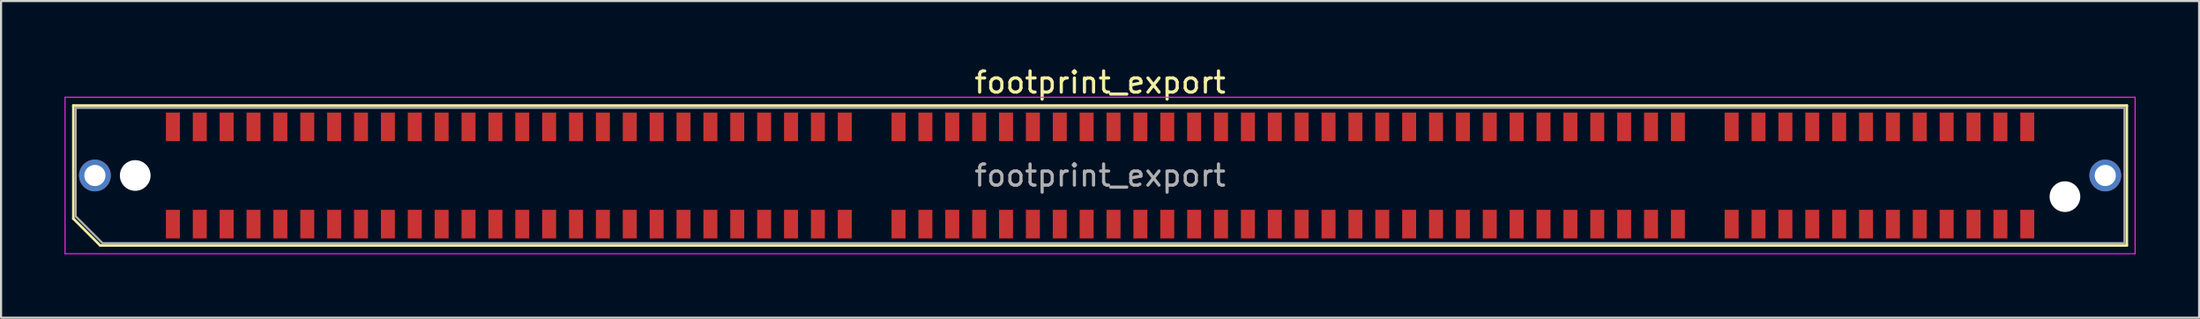
<source format=kicad_pcb>
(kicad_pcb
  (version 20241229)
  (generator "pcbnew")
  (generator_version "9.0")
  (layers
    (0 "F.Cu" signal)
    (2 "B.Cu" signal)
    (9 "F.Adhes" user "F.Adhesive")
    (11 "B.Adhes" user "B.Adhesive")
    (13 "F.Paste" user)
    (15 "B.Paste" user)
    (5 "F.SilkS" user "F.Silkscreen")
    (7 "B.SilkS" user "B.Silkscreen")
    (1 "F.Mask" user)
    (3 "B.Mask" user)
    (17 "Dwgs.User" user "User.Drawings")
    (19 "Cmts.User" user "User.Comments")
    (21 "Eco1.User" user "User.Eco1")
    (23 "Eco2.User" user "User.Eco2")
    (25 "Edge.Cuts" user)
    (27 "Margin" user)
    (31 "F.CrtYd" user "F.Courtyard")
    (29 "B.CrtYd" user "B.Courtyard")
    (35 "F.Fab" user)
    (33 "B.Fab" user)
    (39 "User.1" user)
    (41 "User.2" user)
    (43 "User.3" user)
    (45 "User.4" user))
  (footprint "footprint_export"
    (layer "F.Cu")
    (at 48.935 5.248)
    (property "Reference" "footprint_export" (at 0 -4.4 0) (layer "F.SilkS") (effects (font (size 1 1) (thickness 0.15))))
    (attr smd)
    (fp_line (start -48.52 -3.31) (end 48.52 -3.31) (stroke (width 0.12) (type solid)) (layer "F.SilkS"))
    (fp_line (start -48.52 2.04) (end -48.52 -3.31) (stroke (width 0.12) (type solid)) (layer "F.SilkS"))
    (fp_line (start -47.25 3.31) (end -48.52 2.04) (stroke (width 0.12) (type solid)) (layer "F.SilkS"))
    (fp_line (start -47.25 3.31) (end 48.52 3.31) (stroke (width 0.12) (type solid)) (layer "F.SilkS"))
    (fp_line (start 48.52 3.31) (end 48.52 -3.31) (stroke (width 0.12) (type solid)) (layer "F.SilkS"))
    (fp_line (start -48.91 -3.7) (end -48.91 3.7) (stroke (width 0.05) (type solid)) (layer "F.CrtYd"))
    (fp_line (start -48.91 3.7) (end 48.91 3.7) (stroke (width 0.05) (type solid)) (layer "F.CrtYd"))
    (fp_line (start 48.91 -3.7) (end -48.91 -3.7) (stroke (width 0.05) (type solid)) (layer "F.CrtYd"))
    (fp_line (start 48.91 3.7) (end 48.91 -3.7) (stroke (width 0.05) (type solid)) (layer "F.CrtYd"))
    (fp_line (start -48.41 -3.2) (end 48.41 -3.2) (stroke (width 0.1) (type solid)) (layer "F.Fab"))
    (fp_line (start -48.41 1.93) (end -48.41 -3.2) (stroke (width 0.1) (type solid)) (layer "F.Fab"))
    (fp_line (start -48.41 1.93) (end -47.14 3.2) (stroke (width 0.1) (type solid)) (layer "F.Fab"))
    (fp_line (start -47.14 3.2) (end 48.41 3.2) (stroke (width 0.1) (type solid)) (layer "F.Fab"))
    (fp_line (start 48.41 3.2) (end 48.41 -3.2) (stroke (width 0.1) (type solid)) (layer "F.Fab"))
    (fp_text user "${REFERENCE}" (at 0 0 0) (layer "F.Fab") (effects (font (size 1 1) (thickness 0.15))))
    (pad "" thru_hole circle (at -47.5 0) (size 1.5 1.5) (drill 1) (layers "*.Cu" "*.Mask"))
    (pad "" np_thru_hole circle (at -45.595 0) (size 1.45 1.45) (drill 1.45) (layers "*.Cu" "*.Mask"))
    (pad "" np_thru_hole circle (at 45.595 1) (size 1.45 1.45) (drill 1.45) (layers "*.Cu" "*.Mask"))
    (pad "" thru_hole circle (at 47.5 0) (size 1.5 1.5) (drill 1) (layers "*.Cu" "*.Mask"))
    (pad "1" smd rect (at -43.815 2.3) (size 0.66 1.35) (layers "F.Cu" "F.Mask" "F.Paste"))
    (pad "2" smd rect (at -43.815 -2.3) (size 0.66 1.35) (layers "F.Cu" "F.Mask" "F.Paste"))
    (pad "3" smd rect (at -42.545 2.3) (size 0.66 1.35) (layers "F.Cu" "F.Mask" "F.Paste"))
    (pad "4" smd rect (at -42.545 -2.3) (size 0.66 1.35) (layers "F.Cu" "F.Mask" "F.Paste"))
    (pad "5" smd rect (at -41.275 2.3) (size 0.66 1.35) (layers "F.Cu" "F.Mask" "F.Paste"))
    (pad "6" smd rect (at -41.275 -2.3) (size 0.66 1.35) (layers "F.Cu" "F.Mask" "F.Paste"))
    (pad "7" smd rect (at -40.005 2.3) (size 0.66 1.35) (layers "F.Cu" "F.Mask" "F.Paste"))
    (pad "8" smd rect (at -40.005 -2.3) (size 0.66 1.35) (layers "F.Cu" "F.Mask" "F.Paste"))
    (pad "9" smd rect (at -38.735 2.3) (size 0.66 1.35) (layers "F.Cu" "F.Mask" "F.Paste"))
    (pad "10" smd rect (at -38.735 -2.3) (size 0.66 1.35) (layers "F.Cu" "F.Mask" "F.Paste"))
    (pad "11" smd rect (at -37.465 2.3) (size 0.66 1.35) (layers "F.Cu" "F.Mask" "F.Paste"))
    (pad "12" smd rect (at -37.465 -2.3) (size 0.66 1.35) (layers "F.Cu" "F.Mask" "F.Paste"))
    (pad "13" smd rect (at -36.195 2.3) (size 0.66 1.35) (layers "F.Cu" "F.Mask" "F.Paste"))
    (pad "14" smd rect (at -36.195 -2.3) (size 0.66 1.35) (layers "F.Cu" "F.Mask" "F.Paste"))
    (pad "15" smd rect (at -34.925 2.3) (size 0.66 1.35) (layers "F.Cu" "F.Mask" "F.Paste"))
    (pad "16" smd rect (at -34.925 -2.3) (size 0.66 1.35) (layers "F.Cu" "F.Mask" "F.Paste"))
    (pad "17" smd rect (at -33.655 2.3) (size 0.66 1.35) (layers "F.Cu" "F.Mask" "F.Paste"))
    (pad "18" smd rect (at -33.655 -2.3) (size 0.66 1.35) (layers "F.Cu" "F.Mask" "F.Paste"))
    (pad "19" smd rect (at -32.385 2.3) (size 0.66 1.35) (layers "F.Cu" "F.Mask" "F.Paste"))
    (pad "20" smd rect (at -32.385 -2.3) (size 0.66 1.35) (layers "F.Cu" "F.Mask" "F.Paste"))
    (pad "21" smd rect (at -31.115 2.3) (size 0.66 1.35) (layers "F.Cu" "F.Mask" "F.Paste"))
    (pad "22" smd rect (at -31.115 -2.3) (size 0.66 1.35) (layers "F.Cu" "F.Mask" "F.Paste"))
    (pad "23" smd rect (at -29.845 2.3) (size 0.66 1.35) (layers "F.Cu" "F.Mask" "F.Paste"))
    (pad "24" smd rect (at -29.845 -2.3) (size 0.66 1.35) (layers "F.Cu" "F.Mask" "F.Paste"))
    (pad "25" smd rect (at -28.575 2.3) (size 0.66 1.35) (layers "F.Cu" "F.Mask" "F.Paste"))
    (pad "26" smd rect (at -28.575 -2.3) (size 0.66 1.35) (layers "F.Cu" "F.Mask" "F.Paste"))
    (pad "27" smd rect (at -27.305 2.3) (size 0.66 1.35) (layers "F.Cu" "F.Mask" "F.Paste"))
    (pad "28" smd rect (at -27.305 -2.3) (size 0.66 1.35) (layers "F.Cu" "F.Mask" "F.Paste"))
    (pad "29" smd rect (at -26.035 2.3) (size 0.66 1.35) (layers "F.Cu" "F.Mask" "F.Paste"))
    (pad "30" smd rect (at -26.035 -2.3) (size 0.66 1.35) (layers "F.Cu" "F.Mask" "F.Paste"))
    (pad "31" smd rect (at -24.765 2.3) (size 0.66 1.35) (layers "F.Cu" "F.Mask" "F.Paste"))
    (pad "32" smd rect (at -24.765 -2.3) (size 0.66 1.35) (layers "F.Cu" "F.Mask" "F.Paste"))
    (pad "33" smd rect (at -23.495 2.3) (size 0.66 1.35) (layers "F.Cu" "F.Mask" "F.Paste"))
    (pad "34" smd rect (at -23.495 -2.3) (size 0.66 1.35) (layers "F.Cu" "F.Mask" "F.Paste"))
    (pad "35" smd rect (at -22.225 2.3) (size 0.66 1.35) (layers "F.Cu" "F.Mask" "F.Paste"))
    (pad "36" smd rect (at -22.225 -2.3) (size 0.66 1.35) (layers "F.Cu" "F.Mask" "F.Paste"))
    (pad "37" smd rect (at -20.955 2.3) (size 0.66 1.35) (layers "F.Cu" "F.Mask" "F.Paste"))
    (pad "38" smd rect (at -20.955 -2.3) (size 0.66 1.35) (layers "F.Cu" "F.Mask" "F.Paste"))
    (pad "39" smd rect (at -19.685 2.3) (size 0.66 1.35) (layers "F.Cu" "F.Mask" "F.Paste"))
    (pad "40" smd rect (at -19.685 -2.3) (size 0.66 1.35) (layers "F.Cu" "F.Mask" "F.Paste"))
    (pad "41" smd rect (at -18.415 2.3) (size 0.66 1.35) (layers "F.Cu" "F.Mask" "F.Paste"))
    (pad "42" smd rect (at -18.415 -2.3) (size 0.66 1.35) (layers "F.Cu" "F.Mask" "F.Paste"))
    (pad "43" smd rect (at -17.145 2.3) (size 0.66 1.35) (layers "F.Cu" "F.Mask" "F.Paste"))
    (pad "44" smd rect (at -17.145 -2.3) (size 0.66 1.35) (layers "F.Cu" "F.Mask" "F.Paste"))
    (pad "45" smd rect (at -15.875 2.3) (size 0.66 1.35) (layers "F.Cu" "F.Mask" "F.Paste"))
    (pad "46" smd rect (at -15.875 -2.3) (size 0.66 1.35) (layers "F.Cu" "F.Mask" "F.Paste"))
    (pad "47" smd rect (at -14.605 2.3) (size 0.66 1.35) (layers "F.Cu" "F.Mask" "F.Paste"))
    (pad "48" smd rect (at -14.605 -2.3) (size 0.66 1.35) (layers "F.Cu" "F.Mask" "F.Paste"))
    (pad "49" smd rect (at -13.335 2.3) (size 0.66 1.35) (layers "F.Cu" "F.Mask" "F.Paste"))
    (pad "50" smd rect (at -13.335 -2.3) (size 0.66 1.35) (layers "F.Cu" "F.Mask" "F.Paste"))
    (pad "51" smd rect (at -12.065 2.3) (size 0.66 1.35) (layers "F.Cu" "F.Mask" "F.Paste"))
    (pad "52" smd rect (at -12.065 -2.3) (size 0.66 1.35) (layers "F.Cu" "F.Mask" "F.Paste"))
    (pad "55" smd rect (at -9.525 2.3) (size 0.66 1.35) (layers "F.Cu" "F.Mask" "F.Paste"))
    (pad "56" smd rect (at -9.525 -2.3) (size 0.66 1.35) (layers "F.Cu" "F.Mask" "F.Paste"))
    (pad "57" smd rect (at -8.255 2.3) (size 0.66 1.35) (layers "F.Cu" "F.Mask" "F.Paste"))
    (pad "58" smd rect (at -8.255 -2.3) (size 0.66 1.35) (layers "F.Cu" "F.Mask" "F.Paste"))
    (pad "59" smd rect (at -6.985 2.3) (size 0.66 1.35) (layers "F.Cu" "F.Mask" "F.Paste"))
    (pad "60" smd rect (at -6.985 -2.3) (size 0.66 1.35) (layers "F.Cu" "F.Mask" "F.Paste"))
    (pad "61" smd rect (at -5.715 2.3) (size 0.66 1.35) (layers "F.Cu" "F.Mask" "F.Paste"))
    (pad "62" smd rect (at -5.715 -2.3) (size 0.66 1.35) (layers "F.Cu" "F.Mask" "F.Paste"))
    (pad "63" smd rect (at -4.445 2.3) (size 0.66 1.35) (layers "F.Cu" "F.Mask" "F.Paste"))
    (pad "64" smd rect (at -4.445 -2.3) (size 0.66 1.35) (layers "F.Cu" "F.Mask" "F.Paste"))
    (pad "65" smd rect (at -3.175 2.3) (size 0.66 1.35) (layers "F.Cu" "F.Mask" "F.Paste"))
    (pad "66" smd rect (at -3.175 -2.3) (size 0.66 1.35) (layers "F.Cu" "F.Mask" "F.Paste"))
    (pad "67" smd rect (at -1.905 2.3) (size 0.66 1.35) (layers "F.Cu" "F.Mask" "F.Paste"))
    (pad "68" smd rect (at -1.905 -2.3) (size 0.66 1.35) (layers "F.Cu" "F.Mask" "F.Paste"))
    (pad "69" smd rect (at -0.635 2.3) (size 0.66 1.35) (layers "F.Cu" "F.Mask" "F.Paste"))
    (pad "70" smd rect (at -0.635 -2.3) (size 0.66 1.35) (layers "F.Cu" "F.Mask" "F.Paste"))
    (pad "71" smd rect (at 0.635 2.3) (size 0.66 1.35) (layers "F.Cu" "F.Mask" "F.Paste"))
    (pad "72" smd rect (at 0.635 -2.3) (size 0.66 1.35) (layers "F.Cu" "F.Mask" "F.Paste"))
    (pad "73" smd rect (at 1.905 2.3) (size 0.66 1.35) (layers "F.Cu" "F.Mask" "F.Paste"))
    (pad "74" smd rect (at 1.905 -2.3) (size 0.66 1.35) (layers "F.Cu" "F.Mask" "F.Paste"))
    (pad "75" smd rect (at 3.175 2.3) (size 0.66 1.35) (layers "F.Cu" "F.Mask" "F.Paste"))
    (pad "76" smd rect (at 3.175 -2.3) (size 0.66 1.35) (layers "F.Cu" "F.Mask" "F.Paste"))
    (pad "77" smd rect (at 4.445 2.3) (size 0.66 1.35) (layers "F.Cu" "F.Mask" "F.Paste"))
    (pad "78" smd rect (at 4.445 -2.3) (size 0.66 1.35) (layers "F.Cu" "F.Mask" "F.Paste"))
    (pad "79" smd rect (at 5.715 2.3) (size 0.66 1.35) (layers "F.Cu" "F.Mask" "F.Paste"))
    (pad "80" smd rect (at 5.715 -2.3) (size 0.66 1.35) (layers "F.Cu" "F.Mask" "F.Paste"))
    (pad "81" smd rect (at 6.985 2.3) (size 0.66 1.35) (layers "F.Cu" "F.Mask" "F.Paste"))
    (pad "82" smd rect (at 6.985 -2.3) (size 0.66 1.35) (layers "F.Cu" "F.Mask" "F.Paste"))
    (pad "83" smd rect (at 8.255 2.3) (size 0.66 1.35) (layers "F.Cu" "F.Mask" "F.Paste"))
    (pad "84" smd rect (at 8.255 -2.3) (size 0.66 1.35) (layers "F.Cu" "F.Mask" "F.Paste"))
    (pad "85" smd rect (at 9.525 2.3) (size 0.66 1.35) (layers "F.Cu" "F.Mask" "F.Paste"))
    (pad "86" smd rect (at 9.525 -2.3) (size 0.66 1.35) (layers "F.Cu" "F.Mask" "F.Paste"))
    (pad "87" smd rect (at 10.795 2.3) (size 0.66 1.35) (layers "F.Cu" "F.Mask" "F.Paste"))
    (pad "88" smd rect (at 10.795 -2.3) (size 0.66 1.35) (layers "F.Cu" "F.Mask" "F.Paste"))
    (pad "89" smd rect (at 12.065 2.3) (size 0.66 1.35) (layers "F.Cu" "F.Mask" "F.Paste"))
    (pad "90" smd rect (at 12.065 -2.3) (size 0.66 1.35) (layers "F.Cu" "F.Mask" "F.Paste"))
    (pad "91" smd rect (at 13.335 2.3) (size 0.66 1.35) (layers "F.Cu" "F.Mask" "F.Paste"))
    (pad "92" smd rect (at 13.335 -2.3) (size 0.66 1.35) (layers "F.Cu" "F.Mask" "F.Paste"))
    (pad "93" smd rect (at 14.605 2.3) (size 0.66 1.35) (layers "F.Cu" "F.Mask" "F.Paste"))
    (pad "94" smd rect (at 14.605 -2.3) (size 0.66 1.35) (layers "F.Cu" "F.Mask" "F.Paste"))
    (pad "95" smd rect (at 15.875 2.3) (size 0.66 1.35) (layers "F.Cu" "F.Mask" "F.Paste"))
    (pad "96" smd rect (at 15.875 -2.3) (size 0.66 1.35) (layers "F.Cu" "F.Mask" "F.Paste"))
    (pad "97" smd rect (at 17.145 2.3) (size 0.66 1.35) (layers "F.Cu" "F.Mask" "F.Paste"))
    (pad "98" smd rect (at 17.145 -2.3) (size 0.66 1.35) (layers "F.Cu" "F.Mask" "F.Paste"))
    (pad "99" smd rect (at 18.415 2.3) (size 0.66 1.35) (layers "F.Cu" "F.Mask" "F.Paste"))
    (pad "100" smd rect (at 18.415 -2.3) (size 0.66 1.35) (layers "F.Cu" "F.Mask" "F.Paste"))
    (pad "101" smd rect (at 19.685 2.3) (size 0.66 1.35) (layers "F.Cu" "F.Mask" "F.Paste"))
    (pad "102" smd rect (at 19.685 -2.3) (size 0.66 1.35) (layers "F.Cu" "F.Mask" "F.Paste"))
    (pad "103" smd rect (at 20.955 2.3) (size 0.66 1.35) (layers "F.Cu" "F.Mask" "F.Paste"))
    (pad "104" smd rect (at 20.955 -2.3) (size 0.66 1.35) (layers "F.Cu" "F.Mask" "F.Paste"))
    (pad "105" smd rect (at 22.225 2.3) (size 0.66 1.35) (layers "F.Cu" "F.Mask" "F.Paste"))
    (pad "106" smd rect (at 22.225 -2.3) (size 0.66 1.35) (layers "F.Cu" "F.Mask" "F.Paste"))
    (pad "107" smd rect (at 23.495 2.3) (size 0.66 1.35) (layers "F.Cu" "F.Mask" "F.Paste"))
    (pad "108" smd rect (at 23.495 -2.3) (size 0.66 1.35) (layers "F.Cu" "F.Mask" "F.Paste"))
    (pad "109" smd rect (at 24.765 2.3) (size 0.66 1.35) (layers "F.Cu" "F.Mask" "F.Paste"))
    (pad "110" smd rect (at 24.765 -2.3) (size 0.66 1.35) (layers "F.Cu" "F.Mask" "F.Paste"))
    (pad "111" smd rect (at 26.035 2.3) (size 0.66 1.35) (layers "F.Cu" "F.Mask" "F.Paste"))
    (pad "112" smd rect (at 26.035 -2.3) (size 0.66 1.35) (layers "F.Cu" "F.Mask" "F.Paste"))
    (pad "113" smd rect (at 27.305 2.3) (size 0.66 1.35) (layers "F.Cu" "F.Mask" "F.Paste"))
    (pad "114" smd rect (at 27.305 -2.3) (size 0.66 1.35) (layers "F.Cu" "F.Mask" "F.Paste"))
    (pad "117" smd rect (at 29.845 2.3) (size 0.66 1.35) (layers "F.Cu" "F.Mask" "F.Paste"))
    (pad "118" smd rect (at 29.845 -2.3) (size 0.66 1.35) (layers "F.Cu" "F.Mask" "F.Paste"))
    (pad "119" smd rect (at 31.115 2.3) (size 0.66 1.35) (layers "F.Cu" "F.Mask" "F.Paste"))
    (pad "120" smd rect (at 31.115 -2.3) (size 0.66 1.35) (layers "F.Cu" "F.Mask" "F.Paste"))
    (pad "121" smd rect (at 32.385 2.3) (size 0.66 1.35) (layers "F.Cu" "F.Mask" "F.Paste"))
    (pad "122" smd rect (at 32.385 -2.3) (size 0.66 1.35) (layers "F.Cu" "F.Mask" "F.Paste"))
    (pad "123" smd rect (at 33.655 2.3) (size 0.66 1.35) (layers "F.Cu" "F.Mask" "F.Paste"))
    (pad "124" smd rect (at 33.655 -2.3) (size 0.66 1.35) (layers "F.Cu" "F.Mask" "F.Paste"))
    (pad "125" smd rect (at 34.925 2.3) (size 0.66 1.35) (layers "F.Cu" "F.Mask" "F.Paste"))
    (pad "126" smd rect (at 34.925 -2.3) (size 0.66 1.35) (layers "F.Cu" "F.Mask" "F.Paste"))
    (pad "127" smd rect (at 36.195 2.3) (size 0.66 1.35) (layers "F.Cu" "F.Mask" "F.Paste"))
    (pad "128" smd rect (at 36.195 -2.3) (size 0.66 1.35) (layers "F.Cu" "F.Mask" "F.Paste"))
    (pad "129" smd rect (at 37.465 2.3) (size 0.66 1.35) (layers "F.Cu" "F.Mask" "F.Paste"))
    (pad "130" smd rect (at 37.465 -2.3) (size 0.66 1.35) (layers "F.Cu" "F.Mask" "F.Paste"))
    (pad "131" smd rect (at 38.735 2.3) (size 0.66 1.35) (layers "F.Cu" "F.Mask" "F.Paste"))
    (pad "132" smd rect (at 38.735 -2.3) (size 0.66 1.35) (layers "F.Cu" "F.Mask" "F.Paste"))
    (pad "133" smd rect (at 40.005 2.3) (size 0.66 1.35) (layers "F.Cu" "F.Mask" "F.Paste"))
    (pad "134" smd rect (at 40.005 -2.3) (size 0.66 1.35) (layers "F.Cu" "F.Mask" "F.Paste"))
    (pad "135" smd rect (at 41.275 2.3) (size 0.66 1.35) (layers "F.Cu" "F.Mask" "F.Paste"))
    (pad "136" smd rect (at 41.275 -2.3) (size 0.66 1.35) (layers "F.Cu" "F.Mask" "F.Paste"))
    (pad "137" smd rect (at 42.545 2.3) (size 0.66 1.35) (layers "F.Cu" "F.Mask" "F.Paste"))
    (pad "138" smd rect (at 42.545 -2.3) (size 0.66 1.35) (layers "F.Cu" "F.Mask" "F.Paste"))
    (pad "139" smd rect (at 43.815 2.3) (size 0.66 1.35) (layers "F.Cu" "F.Mask" "F.Paste"))
    (pad "140" smd rect (at 43.815 -2.3) (size 0.66 1.35) (layers "F.Cu" "F.Mask" "F.Paste")))
  (gr_rect
    (start -3 -3)
    (end 100.87 11.973)
    (stroke (width 0.1) (type default))
    (fill no)
    (layer "Edge.Cuts")))
</source>
